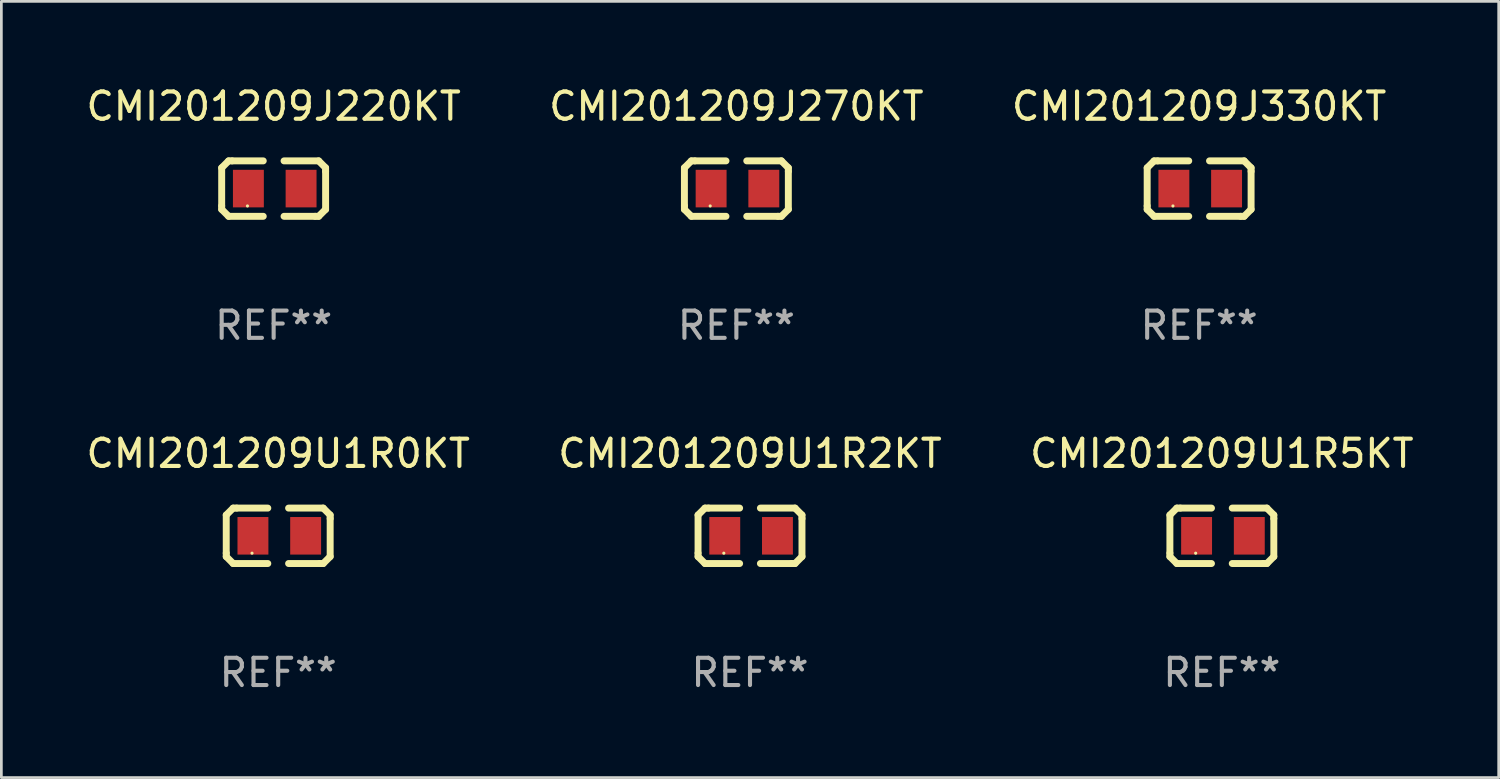
<source format=kicad_pcb>
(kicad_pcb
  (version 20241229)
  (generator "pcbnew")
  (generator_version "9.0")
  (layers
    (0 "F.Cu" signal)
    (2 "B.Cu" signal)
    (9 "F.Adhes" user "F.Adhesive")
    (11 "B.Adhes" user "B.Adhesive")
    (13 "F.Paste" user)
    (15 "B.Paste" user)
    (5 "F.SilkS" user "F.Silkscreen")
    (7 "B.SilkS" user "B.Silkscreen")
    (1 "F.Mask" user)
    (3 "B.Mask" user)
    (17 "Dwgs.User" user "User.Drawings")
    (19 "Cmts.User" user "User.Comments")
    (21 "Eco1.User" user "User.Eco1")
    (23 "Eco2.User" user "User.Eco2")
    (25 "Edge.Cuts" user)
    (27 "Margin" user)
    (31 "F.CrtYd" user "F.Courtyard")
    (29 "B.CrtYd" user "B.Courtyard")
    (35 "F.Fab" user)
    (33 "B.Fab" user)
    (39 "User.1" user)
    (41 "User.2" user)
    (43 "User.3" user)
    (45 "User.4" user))
  (footprint "CMI201209J220KT"
    (layer "F.Cu")
    (at 6.982 3.864)
    (property "Reference" "CMI201209J220KT" (at 0 -3.016 0) (layer "F.SilkS") (effects (font (size 1 1) (thickness 0.15))))
    (attr through_hole)
    (fp_line (start -1.905 -0.762) (end -1.905 0.635) (stroke (width 0.254) (type solid)) (layer "F.SilkS"))
    (fp_line (start -1.905 0.635) (end -1.905 0.762) (stroke (width 0.254) (type solid)) (layer "F.SilkS"))
    (fp_line (start -1.905 0.762) (end -1.651 1.016) (stroke (width 0.254) (type solid)) (layer "F.SilkS"))
    (fp_line (start -1.651 -1.016) (end -1.905 -0.762) (stroke (width 0.254) (type solid)) (layer "F.SilkS"))
    (fp_line (start -1.651 1.016) (end -0.381 1.016) (stroke (width 0.254) (type solid)) (layer "F.SilkS"))
    (fp_line (start -1.524 -1.016) (end -1.651 -1.016) (stroke (width 0.254) (type solid)) (layer "F.SilkS"))
    (fp_line (start -0.381 -1.016) (end -1.524 -1.016) (stroke (width 0.254) (type solid)) (layer "F.SilkS"))
    (fp_line (start 0.381 1.016) (end 1.524 1.016) (stroke (width 0.254) (type solid)) (layer "F.SilkS"))
    (fp_line (start 1.524 1.016) (end 1.651 1.016) (stroke (width 0.254) (type solid)) (layer "F.SilkS"))
    (fp_line (start 1.651 -1.016) (end 0.381 -1.016) (stroke (width 0.254) (type solid)) (layer "F.SilkS"))
    (fp_line (start 1.651 1.016) (end 1.905 0.762) (stroke (width 0.254) (type solid)) (layer "F.SilkS"))
    (fp_line (start 1.905 -0.762) (end 1.651 -1.016) (stroke (width 0.254) (type solid)) (layer "F.SilkS"))
    (fp_line (start 1.905 -0.635) (end 1.905 -0.762) (stroke (width 0.254) (type solid)) (layer "F.SilkS"))
    (fp_line (start 1.905 0.762) (end 1.905 -0.635) (stroke (width 0.254) (type solid)) (layer "F.SilkS"))
    (fp_circle (center -0.96 0.637) (end -0.93 0.637) (stroke (width 0.06) (type solid)) (fill no) (layer "F.SilkS"))
    (fp_text user "REF**" (at 0 5.016 0) (layer "F.Fab") (effects (font (size 1 1) (thickness 0.15))))
    (pad "1" smd rect (at -0.926 -0.000051) (size 1.133 1.377) (layers "F.Cu" "F.Mask" "F.Paste"))
    (pad "2" smd rect (at 1.006 -0.000051) (size 1.133 1.377) (layers "F.Cu" "F.Mask" "F.Paste")))
  (footprint "CMI201209U1R0KT"
    (layer "F.Cu")
    (at 7.149 16.593)
    (property "Reference" "CMI201209U1R0KT" (at 0 -3.016 0) (layer "F.SilkS") (effects (font (size 1 1) (thickness 0.15))))
    (attr through_hole)
    (fp_line (start -1.905 -0.762) (end -1.905 0.635) (stroke (width 0.254) (type solid)) (layer "F.SilkS"))
    (fp_line (start -1.905 0.635) (end -1.905 0.762) (stroke (width 0.254) (type solid)) (layer "F.SilkS"))
    (fp_line (start -1.905 0.762) (end -1.651 1.016) (stroke (width 0.254) (type solid)) (layer "F.SilkS"))
    (fp_line (start -1.651 -1.016) (end -1.905 -0.762) (stroke (width 0.254) (type solid)) (layer "F.SilkS"))
    (fp_line (start -1.651 1.016) (end -0.381 1.016) (stroke (width 0.254) (type solid)) (layer "F.SilkS"))
    (fp_line (start -1.524 -1.016) (end -1.651 -1.016) (stroke (width 0.254) (type solid)) (layer "F.SilkS"))
    (fp_line (start -0.381 -1.016) (end -1.524 -1.016) (stroke (width 0.254) (type solid)) (layer "F.SilkS"))
    (fp_line (start 0.381 1.016) (end 1.524 1.016) (stroke (width 0.254) (type solid)) (layer "F.SilkS"))
    (fp_line (start 1.524 1.016) (end 1.651 1.016) (stroke (width 0.254) (type solid)) (layer "F.SilkS"))
    (fp_line (start 1.651 -1.016) (end 0.381 -1.016) (stroke (width 0.254) (type solid)) (layer "F.SilkS"))
    (fp_line (start 1.651 1.016) (end 1.905 0.762) (stroke (width 0.254) (type solid)) (layer "F.SilkS"))
    (fp_line (start 1.905 -0.762) (end 1.651 -1.016) (stroke (width 0.254) (type solid)) (layer "F.SilkS"))
    (fp_line (start 1.905 -0.635) (end 1.905 -0.762) (stroke (width 0.254) (type solid)) (layer "F.SilkS"))
    (fp_line (start 1.905 0.762) (end 1.905 -0.635) (stroke (width 0.254) (type solid)) (layer "F.SilkS"))
    (fp_circle (center -0.96 0.637) (end -0.93 0.637) (stroke (width 0.06) (type solid)) (fill no) (layer "F.SilkS"))
    (fp_text user "REF**" (at 0 5.016 0) (layer "F.Fab") (effects (font (size 1 1) (thickness 0.15))))
    (pad "1" smd rect (at -0.926 -0.000051) (size 1.133 1.377) (layers "F.Cu" "F.Mask" "F.Paste"))
    (pad "2" smd rect (at 1.006 -0.000051) (size 1.133 1.377) (layers "F.Cu" "F.Mask" "F.Paste")))
  (footprint "CMI201209U1R2KT"
    (layer "F.Cu")
    (at 24.446 16.593)
    (property "Reference" "CMI201209U1R2KT" (at 0 -3.016 0) (layer "F.SilkS") (effects (font (size 1 1) (thickness 0.15))))
    (attr through_hole)
    (fp_line (start -1.905 -0.762) (end -1.905 0.635) (stroke (width 0.254) (type solid)) (layer "F.SilkS"))
    (fp_line (start -1.905 0.635) (end -1.905 0.762) (stroke (width 0.254) (type solid)) (layer "F.SilkS"))
    (fp_line (start -1.905 0.762) (end -1.651 1.016) (stroke (width 0.254) (type solid)) (layer "F.SilkS"))
    (fp_line (start -1.651 -1.016) (end -1.905 -0.762) (stroke (width 0.254) (type solid)) (layer "F.SilkS"))
    (fp_line (start -1.651 1.016) (end -0.381 1.016) (stroke (width 0.254) (type solid)) (layer "F.SilkS"))
    (fp_line (start -1.524 -1.016) (end -1.651 -1.016) (stroke (width 0.254) (type solid)) (layer "F.SilkS"))
    (fp_line (start -0.381 -1.016) (end -1.524 -1.016) (stroke (width 0.254) (type solid)) (layer "F.SilkS"))
    (fp_line (start 0.381 1.016) (end 1.524 1.016) (stroke (width 0.254) (type solid)) (layer "F.SilkS"))
    (fp_line (start 1.524 1.016) (end 1.651 1.016) (stroke (width 0.254) (type solid)) (layer "F.SilkS"))
    (fp_line (start 1.651 -1.016) (end 0.381 -1.016) (stroke (width 0.254) (type solid)) (layer "F.SilkS"))
    (fp_line (start 1.651 1.016) (end 1.905 0.762) (stroke (width 0.254) (type solid)) (layer "F.SilkS"))
    (fp_line (start 1.905 -0.762) (end 1.651 -1.016) (stroke (width 0.254) (type solid)) (layer "F.SilkS"))
    (fp_line (start 1.905 -0.635) (end 1.905 -0.762) (stroke (width 0.254) (type solid)) (layer "F.SilkS"))
    (fp_line (start 1.905 0.762) (end 1.905 -0.635) (stroke (width 0.254) (type solid)) (layer "F.SilkS"))
    (fp_circle (center -0.96 0.637) (end -0.93 0.637) (stroke (width 0.06) (type solid)) (fill no) (layer "F.SilkS"))
    (fp_text user "REF**" (at 0 5.016 0) (layer "F.Fab") (effects (font (size 1 1) (thickness 0.15))))
    (pad "1" smd rect (at -0.926 -0.000051) (size 1.133 1.377) (layers "F.Cu" "F.Mask" "F.Paste"))
    (pad "2" smd rect (at 1.006 -0.000051) (size 1.133 1.377) (layers "F.Cu" "F.Mask" "F.Paste")))
  (footprint "CMI201209U1R5KT"
    (layer "F.Cu")
    (at 41.744 16.593)
    (property "Reference" "CMI201209U1R5KT" (at 0 -3.016 0) (layer "F.SilkS") (effects (font (size 1 1) (thickness 0.15))))
    (attr through_hole)
    (fp_line (start -1.905 -0.762) (end -1.905 0.635) (stroke (width 0.254) (type solid)) (layer "F.SilkS"))
    (fp_line (start -1.905 0.635) (end -1.905 0.762) (stroke (width 0.254) (type solid)) (layer "F.SilkS"))
    (fp_line (start -1.905 0.762) (end -1.651 1.016) (stroke (width 0.254) (type solid)) (layer "F.SilkS"))
    (fp_line (start -1.651 -1.016) (end -1.905 -0.762) (stroke (width 0.254) (type solid)) (layer "F.SilkS"))
    (fp_line (start -1.651 1.016) (end -0.381 1.016) (stroke (width 0.254) (type solid)) (layer "F.SilkS"))
    (fp_line (start -1.524 -1.016) (end -1.651 -1.016) (stroke (width 0.254) (type solid)) (layer "F.SilkS"))
    (fp_line (start -0.381 -1.016) (end -1.524 -1.016) (stroke (width 0.254) (type solid)) (layer "F.SilkS"))
    (fp_line (start 0.381 1.016) (end 1.524 1.016) (stroke (width 0.254) (type solid)) (layer "F.SilkS"))
    (fp_line (start 1.524 1.016) (end 1.651 1.016) (stroke (width 0.254) (type solid)) (layer "F.SilkS"))
    (fp_line (start 1.651 -1.016) (end 0.381 -1.016) (stroke (width 0.254) (type solid)) (layer "F.SilkS"))
    (fp_line (start 1.651 1.016) (end 1.905 0.762) (stroke (width 0.254) (type solid)) (layer "F.SilkS"))
    (fp_line (start 1.905 -0.762) (end 1.651 -1.016) (stroke (width 0.254) (type solid)) (layer "F.SilkS"))
    (fp_line (start 1.905 -0.635) (end 1.905 -0.762) (stroke (width 0.254) (type solid)) (layer "F.SilkS"))
    (fp_line (start 1.905 0.762) (end 1.905 -0.635) (stroke (width 0.254) (type solid)) (layer "F.SilkS"))
    (fp_circle (center -0.96 0.637) (end -0.93 0.637) (stroke (width 0.06) (type solid)) (fill no) (layer "F.SilkS"))
    (fp_text user "REF**" (at 0 5.016 0) (layer "F.Fab") (effects (font (size 1 1) (thickness 0.15))))
    (pad "1" smd rect (at -0.926 -0.000051) (size 1.133 1.377) (layers "F.Cu" "F.Mask" "F.Paste"))
    (pad "2" smd rect (at 1.006 -0.000051) (size 1.133 1.377) (layers "F.Cu" "F.Mask" "F.Paste")))
  (footprint "CMI201209J330KT"
    (layer "F.Cu")
    (at 40.911 3.864)
    (property "Reference" "CMI201209J330KT" (at 0 -3.016 0) (layer "F.SilkS") (effects (font (size 1 1) (thickness 0.15))))
    (attr through_hole)
    (fp_line (start -1.905 -0.762) (end -1.905 0.635) (stroke (width 0.254) (type solid)) (layer "F.SilkS"))
    (fp_line (start -1.905 0.635) (end -1.905 0.762) (stroke (width 0.254) (type solid)) (layer "F.SilkS"))
    (fp_line (start -1.905 0.762) (end -1.651 1.016) (stroke (width 0.254) (type solid)) (layer "F.SilkS"))
    (fp_line (start -1.651 -1.016) (end -1.905 -0.762) (stroke (width 0.254) (type solid)) (layer "F.SilkS"))
    (fp_line (start -1.651 1.016) (end -0.381 1.016) (stroke (width 0.254) (type solid)) (layer "F.SilkS"))
    (fp_line (start -1.524 -1.016) (end -1.651 -1.016) (stroke (width 0.254) (type solid)) (layer "F.SilkS"))
    (fp_line (start -0.381 -1.016) (end -1.524 -1.016) (stroke (width 0.254) (type solid)) (layer "F.SilkS"))
    (fp_line (start 0.381 1.016) (end 1.524 1.016) (stroke (width 0.254) (type solid)) (layer "F.SilkS"))
    (fp_line (start 1.524 1.016) (end 1.651 1.016) (stroke (width 0.254) (type solid)) (layer "F.SilkS"))
    (fp_line (start 1.651 -1.016) (end 0.381 -1.016) (stroke (width 0.254) (type solid)) (layer "F.SilkS"))
    (fp_line (start 1.651 1.016) (end 1.905 0.762) (stroke (width 0.254) (type solid)) (layer "F.SilkS"))
    (fp_line (start 1.905 -0.762) (end 1.651 -1.016) (stroke (width 0.254) (type solid)) (layer "F.SilkS"))
    (fp_line (start 1.905 -0.635) (end 1.905 -0.762) (stroke (width 0.254) (type solid)) (layer "F.SilkS"))
    (fp_line (start 1.905 0.762) (end 1.905 -0.635) (stroke (width 0.254) (type solid)) (layer "F.SilkS"))
    (fp_circle (center -0.96 0.637) (end -0.93 0.637) (stroke (width 0.06) (type solid)) (fill no) (layer "F.SilkS"))
    (fp_text user "REF**" (at 0 5.016 0) (layer "F.Fab") (effects (font (size 1 1) (thickness 0.15))))
    (pad "1" smd rect (at -0.926 -0.000051) (size 1.133 1.377) (layers "F.Cu" "F.Mask" "F.Paste"))
    (pad "2" smd rect (at 1.006 -0.000051) (size 1.133 1.377) (layers "F.Cu" "F.Mask" "F.Paste")))
  (footprint "CMI201209J270KT"
    (layer "F.Cu")
    (at 23.946 3.864)
    (property "Reference" "CMI201209J270KT" (at 0 -3.016 0) (layer "F.SilkS") (effects (font (size 1 1) (thickness 0.15))))
    (attr through_hole)
    (fp_line (start -1.905 -0.762) (end -1.905 0.635) (stroke (width 0.254) (type solid)) (layer "F.SilkS"))
    (fp_line (start -1.905 0.635) (end -1.905 0.762) (stroke (width 0.254) (type solid)) (layer "F.SilkS"))
    (fp_line (start -1.905 0.762) (end -1.651 1.016) (stroke (width 0.254) (type solid)) (layer "F.SilkS"))
    (fp_line (start -1.651 -1.016) (end -1.905 -0.762) (stroke (width 0.254) (type solid)) (layer "F.SilkS"))
    (fp_line (start -1.651 1.016) (end -0.381 1.016) (stroke (width 0.254) (type solid)) (layer "F.SilkS"))
    (fp_line (start -1.524 -1.016) (end -1.651 -1.016) (stroke (width 0.254) (type solid)) (layer "F.SilkS"))
    (fp_line (start -0.381 -1.016) (end -1.524 -1.016) (stroke (width 0.254) (type solid)) (layer "F.SilkS"))
    (fp_line (start 0.381 1.016) (end 1.524 1.016) (stroke (width 0.254) (type solid)) (layer "F.SilkS"))
    (fp_line (start 1.524 1.016) (end 1.651 1.016) (stroke (width 0.254) (type solid)) (layer "F.SilkS"))
    (fp_line (start 1.651 -1.016) (end 0.381 -1.016) (stroke (width 0.254) (type solid)) (layer "F.SilkS"))
    (fp_line (start 1.651 1.016) (end 1.905 0.762) (stroke (width 0.254) (type solid)) (layer "F.SilkS"))
    (fp_line (start 1.905 -0.762) (end 1.651 -1.016) (stroke (width 0.254) (type solid)) (layer "F.SilkS"))
    (fp_line (start 1.905 -0.635) (end 1.905 -0.762) (stroke (width 0.254) (type solid)) (layer "F.SilkS"))
    (fp_line (start 1.905 0.762) (end 1.905 -0.635) (stroke (width 0.254) (type solid)) (layer "F.SilkS"))
    (fp_circle (center -0.96 0.637) (end -0.93 0.637) (stroke (width 0.06) (type solid)) (fill no) (layer "F.SilkS"))
    (fp_text user "REF**" (at 0 5.016 0) (layer "F.Fab") (effects (font (size 1 1) (thickness 0.15))))
    (pad "1" smd rect (at -0.926 -0.000051) (size 1.133 1.377) (layers "F.Cu" "F.Mask" "F.Paste"))
    (pad "2" smd rect (at 1.006 -0.000051) (size 1.133 1.377) (layers "F.Cu" "F.Mask" "F.Paste")))
  (gr_rect
    (start -3 -3)
    (end 51.893 25.457)
    (stroke (width 0.1) (type default))
    (fill no)
    (layer "Edge.Cuts")))
</source>
